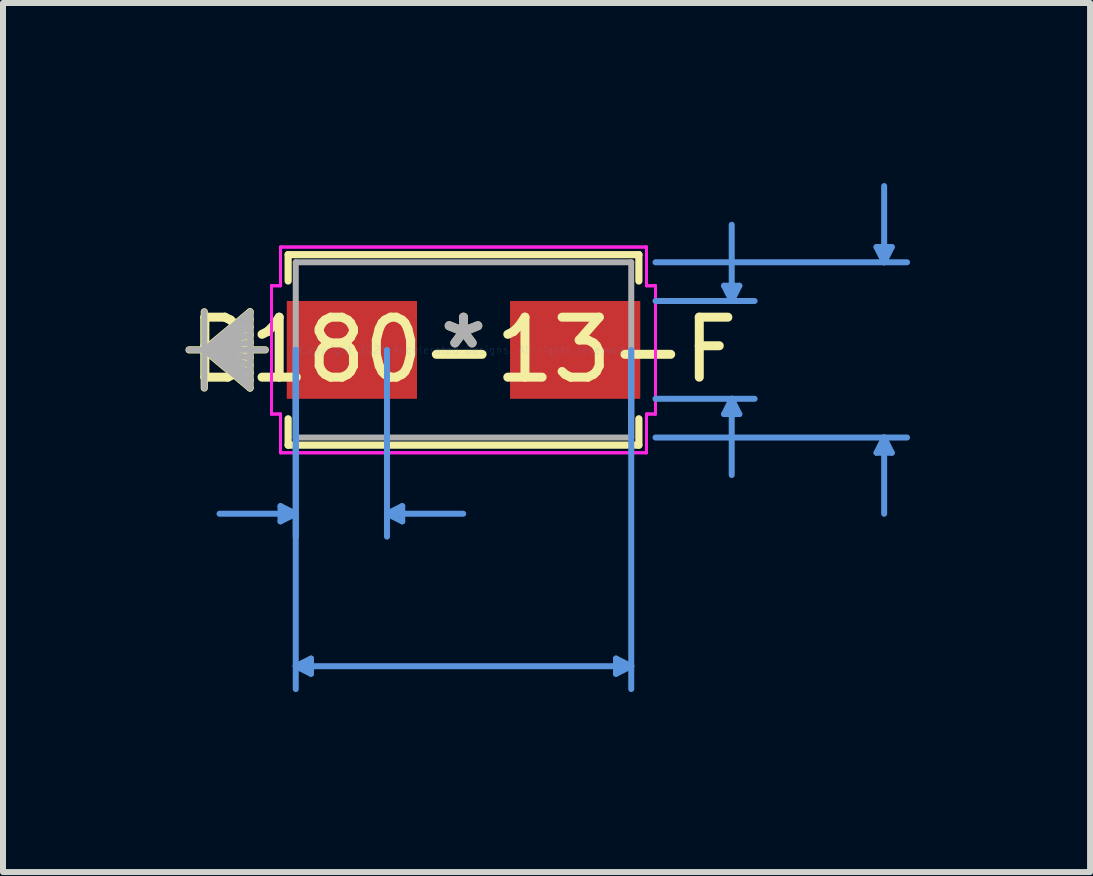
<source format=kicad_pcb>
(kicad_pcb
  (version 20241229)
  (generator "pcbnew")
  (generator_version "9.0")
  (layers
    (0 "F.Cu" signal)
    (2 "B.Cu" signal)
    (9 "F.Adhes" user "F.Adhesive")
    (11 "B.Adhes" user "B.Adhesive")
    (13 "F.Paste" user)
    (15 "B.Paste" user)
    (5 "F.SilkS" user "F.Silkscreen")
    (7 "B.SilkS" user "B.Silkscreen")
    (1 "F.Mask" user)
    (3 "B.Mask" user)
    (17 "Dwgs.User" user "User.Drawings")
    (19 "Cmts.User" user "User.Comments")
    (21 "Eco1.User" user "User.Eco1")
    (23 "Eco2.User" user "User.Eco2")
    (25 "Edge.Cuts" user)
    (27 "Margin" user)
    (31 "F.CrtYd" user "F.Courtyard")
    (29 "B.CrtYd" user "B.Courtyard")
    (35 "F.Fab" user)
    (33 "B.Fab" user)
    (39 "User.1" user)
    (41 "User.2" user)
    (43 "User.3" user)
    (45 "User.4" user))
  (footprint "B180-13-F"
    (layer "F.Cu")
    (at 4.673 2.78)
    (property "Reference" "B180-13-F" (at 0 0 0) (layer "F.SilkS") (effects (font (size 1 1) (thickness 0.15))))
    (attr through_hole)
    (fp_line (start -4.319 -0.635) (end -4.319 0.635) (stroke (width 0.12) (type solid)) (layer "F.SilkS"))
    (fp_line (start -4.319 0) (end -3.557 -0.635) (stroke (width 0.12) (type solid)) (layer "F.SilkS"))
    (fp_line (start -4.319 0) (end -3.557 -0.508) (stroke (width 0.12) (type solid)) (layer "F.SilkS"))
    (fp_line (start -4.319 0) (end -3.557 -0.381) (stroke (width 0.12) (type solid)) (layer "F.SilkS"))
    (fp_line (start -4.319 0) (end -3.557 -0.254) (stroke (width 0.12) (type solid)) (layer "F.SilkS"))
    (fp_line (start -4.319 0) (end -3.557 -0.127) (stroke (width 0.12) (type solid)) (layer "F.SilkS"))
    (fp_line (start -4.319 0) (end -3.557 0.127) (stroke (width 0.12) (type solid)) (layer "F.SilkS"))
    (fp_line (start -4.319 0) (end -3.557 0.254) (stroke (width 0.12) (type solid)) (layer "F.SilkS"))
    (fp_line (start -4.319 0) (end -3.557 0.381) (stroke (width 0.12) (type solid)) (layer "F.SilkS"))
    (fp_line (start -4.319 0) (end -3.557 0.508) (stroke (width 0.12) (type solid)) (layer "F.SilkS"))
    (fp_line (start -4.319 0) (end -3.557 0.635) (stroke (width 0.12) (type solid)) (layer "F.SilkS"))
    (fp_line (start -3.557 -0.635) (end -3.557 0.635) (stroke (width 0.12) (type solid)) (layer "F.SilkS"))
    (fp_line (start -3.303 0) (end -4.573 0) (stroke (width 0.12) (type solid)) (layer "F.SilkS"))
    (fp_line (start -2.922 -1.587) (end -2.922 -1.148) (stroke (width 0.12) (type solid)) (layer "F.SilkS"))
    (fp_line (start -2.922 1.148) (end -2.922 1.587) (stroke (width 0.12) (type solid)) (layer "F.SilkS"))
    (fp_line (start -2.922 1.587) (end 2.922 1.587) (stroke (width 0.12) (type solid)) (layer "F.SilkS"))
    (fp_line (start 2.922 -1.587) (end -2.922 -1.587) (stroke (width 0.12) (type solid)) (layer "F.SilkS"))
    (fp_line (start 2.922 -1.148) (end 2.922 -1.587) (stroke (width 0.12) (type solid)) (layer "F.SilkS"))
    (fp_line (start 2.922 1.587) (end 2.922 1.148) (stroke (width 0.12) (type solid)) (layer "F.SilkS"))
    (fp_line (start -3.049 2.603) (end -3.049 2.857) (stroke (width 0.1) (type solid)) (layer "Cmts.User"))
    (fp_line (start -2.795 0) (end -2.795 3.111) (stroke (width 0.1) (type solid)) (layer "Cmts.User"))
    (fp_line (start -2.795 0) (end -2.795 5.651) (stroke (width 0.1) (type solid)) (layer "Cmts.User"))
    (fp_line (start -2.795 2.73) (end -4.065 2.73) (stroke (width 0.1) (type solid)) (layer "Cmts.User"))
    (fp_line (start -2.795 2.73) (end -3.049 2.603) (stroke (width 0.1) (type solid)) (layer "Cmts.User"))
    (fp_line (start -2.795 2.73) (end -3.049 2.857) (stroke (width 0.1) (type solid)) (layer "Cmts.User"))
    (fp_line (start -2.795 5.27) (end -2.541 5.143) (stroke (width 0.1) (type solid)) (layer "Cmts.User"))
    (fp_line (start -2.795 5.27) (end -2.541 5.397) (stroke (width 0.1) (type solid)) (layer "Cmts.User"))
    (fp_line (start -2.795 5.27) (end 2.795 5.27) (stroke (width 0.1) (type solid)) (layer "Cmts.User"))
    (fp_line (start -2.541 5.143) (end -2.541 5.397) (stroke (width 0.1) (type solid)) (layer "Cmts.User"))
    (fp_line (start -1.275 0) (end -1.275 3.111) (stroke (width 0.1) (type solid)) (layer "Cmts.User"))
    (fp_line (start -1.275 2.73) (end -1.021 2.603) (stroke (width 0.1) (type solid)) (layer "Cmts.User"))
    (fp_line (start -1.275 2.73) (end -1.021 2.857) (stroke (width 0.1) (type solid)) (layer "Cmts.User"))
    (fp_line (start -1.275 2.73) (end -0.005 2.73) (stroke (width 0.1) (type solid)) (layer "Cmts.User"))
    (fp_line (start -1.021 2.603) (end -1.021 2.857) (stroke (width 0.1) (type solid)) (layer "Cmts.User"))
    (fp_line (start 2.541 5.143) (end 2.541 5.397) (stroke (width 0.1) (type solid)) (layer "Cmts.User"))
    (fp_line (start 2.795 0) (end 2.795 5.651) (stroke (width 0.1) (type solid)) (layer "Cmts.User"))
    (fp_line (start 2.795 5.27) (end 2.541 5.143) (stroke (width 0.1) (type solid)) (layer "Cmts.User"))
    (fp_line (start 2.795 5.27) (end 2.541 5.397) (stroke (width 0.1) (type solid)) (layer "Cmts.User"))
    (fp_line (start 3.199 -1.46) (end 7.39 -1.46) (stroke (width 0.1) (type solid)) (layer "Cmts.User"))
    (fp_line (start 3.199 -0.815) (end 4.85 -0.815) (stroke (width 0.1) (type solid)) (layer "Cmts.User"))
    (fp_line (start 3.199 0.815) (end 4.85 0.815) (stroke (width 0.1) (type solid)) (layer "Cmts.User"))
    (fp_line (start 3.199 1.46) (end 7.39 1.46) (stroke (width 0.1) (type solid)) (layer "Cmts.User"))
    (fp_line (start 4.342 -1.069) (end 4.596 -1.069) (stroke (width 0.1) (type solid)) (layer "Cmts.User"))
    (fp_line (start 4.342 1.069) (end 4.596 1.069) (stroke (width 0.1) (type solid)) (layer "Cmts.User"))
    (fp_line (start 4.469 -0.815) (end 4.342 -1.069) (stroke (width 0.1) (type solid)) (layer "Cmts.User"))
    (fp_line (start 4.469 -0.815) (end 4.469 -2.085) (stroke (width 0.1) (type solid)) (layer "Cmts.User"))
    (fp_line (start 4.469 -0.815) (end 4.596 -1.069) (stroke (width 0.1) (type solid)) (layer "Cmts.User"))
    (fp_line (start 4.469 0.815) (end 4.342 1.069) (stroke (width 0.1) (type solid)) (layer "Cmts.User"))
    (fp_line (start 4.469 0.815) (end 4.469 2.085) (stroke (width 0.1) (type solid)) (layer "Cmts.User"))
    (fp_line (start 4.469 0.815) (end 4.596 1.069) (stroke (width 0.1) (type solid)) (layer "Cmts.User"))
    (fp_line (start 6.882 -1.714) (end 7.136 -1.714) (stroke (width 0.1) (type solid)) (layer "Cmts.User"))
    (fp_line (start 6.882 1.714) (end 7.136 1.714) (stroke (width 0.1) (type solid)) (layer "Cmts.User"))
    (fp_line (start 7.009 -1.46) (end 6.882 -1.714) (stroke (width 0.1) (type solid)) (layer "Cmts.User"))
    (fp_line (start 7.009 -1.46) (end 7.009 -2.73) (stroke (width 0.1) (type solid)) (layer "Cmts.User"))
    (fp_line (start 7.009 -1.46) (end 7.136 -1.714) (stroke (width 0.1) (type solid)) (layer "Cmts.User"))
    (fp_line (start 7.009 1.46) (end 6.882 1.714) (stroke (width 0.1) (type solid)) (layer "Cmts.User"))
    (fp_line (start 7.009 1.46) (end 7.009 2.73) (stroke (width 0.1) (type solid)) (layer "Cmts.User"))
    (fp_line (start 7.009 1.46) (end 7.136 1.714) (stroke (width 0.1) (type solid)) (layer "Cmts.User"))
    (fp_line (start -3.199 -1.069) (end -3.049 -1.069) (stroke (width 0.05) (type solid)) (layer "F.CrtYd"))
    (fp_line (start -3.199 -1.069) (end -3.049 -1.069) (stroke (width 0.05) (type solid)) (layer "F.CrtYd"))
    (fp_line (start -3.199 1.069) (end -3.199 -1.069) (stroke (width 0.05) (type solid)) (layer "F.CrtYd"))
    (fp_line (start -3.199 1.069) (end -3.199 -1.069) (stroke (width 0.05) (type solid)) (layer "F.CrtYd"))
    (fp_line (start -3.049 -1.714) (end 3.049 -1.714) (stroke (width 0.05) (type solid)) (layer "F.CrtYd"))
    (fp_line (start -3.049 -1.714) (end 3.049 -1.714) (stroke (width 0.05) (type solid)) (layer "F.CrtYd"))
    (fp_line (start -3.049 -1.069) (end -3.049 -1.714) (stroke (width 0.05) (type solid)) (layer "F.CrtYd"))
    (fp_line (start -3.049 -1.069) (end -3.049 -1.714) (stroke (width 0.05) (type solid)) (layer "F.CrtYd"))
    (fp_line (start -3.049 1.069) (end -3.199 1.069) (stroke (width 0.05) (type solid)) (layer "F.CrtYd"))
    (fp_line (start -3.049 1.069) (end -3.199 1.069) (stroke (width 0.05) (type solid)) (layer "F.CrtYd"))
    (fp_line (start -3.049 1.714) (end -3.049 1.069) (stroke (width 0.05) (type solid)) (layer "F.CrtYd"))
    (fp_line (start -3.049 1.714) (end -3.049 1.069) (stroke (width 0.05) (type solid)) (layer "F.CrtYd"))
    (fp_line (start 3.049 -1.714) (end 3.049 -1.069) (stroke (width 0.05) (type solid)) (layer "F.CrtYd"))
    (fp_line (start 3.049 -1.714) (end 3.049 -1.069) (stroke (width 0.05) (type solid)) (layer "F.CrtYd"))
    (fp_line (start 3.049 -1.069) (end 3.199 -1.069) (stroke (width 0.05) (type solid)) (layer "F.CrtYd"))
    (fp_line (start 3.049 -1.069) (end 3.199 -1.069) (stroke (width 0.05) (type solid)) (layer "F.CrtYd"))
    (fp_line (start 3.049 1.069) (end 3.049 1.714) (stroke (width 0.05) (type solid)) (layer "F.CrtYd"))
    (fp_line (start 3.049 1.069) (end 3.049 1.714) (stroke (width 0.05) (type solid)) (layer "F.CrtYd"))
    (fp_line (start 3.049 1.714) (end -3.049 1.714) (stroke (width 0.05) (type solid)) (layer "F.CrtYd"))
    (fp_line (start 3.049 1.714) (end -3.049 1.714) (stroke (width 0.05) (type solid)) (layer "F.CrtYd"))
    (fp_line (start 3.199 -1.069) (end 3.199 1.069) (stroke (width 0.05) (type solid)) (layer "F.CrtYd"))
    (fp_line (start 3.199 -1.069) (end 3.199 1.069) (stroke (width 0.05) (type solid)) (layer "F.CrtYd"))
    (fp_line (start 3.199 1.069) (end 3.049 1.069) (stroke (width 0.05) (type solid)) (layer "F.CrtYd"))
    (fp_line (start 3.199 1.069) (end 3.049 1.069) (stroke (width 0.05) (type solid)) (layer "F.CrtYd"))
    (fp_line (start -4.319 -0.635) (end -4.319 0.635) (stroke (width 0.1) (type solid)) (layer "F.Fab"))
    (fp_line (start -4.319 0) (end -3.557 -0.635) (stroke (width 0.1) (type solid)) (layer "F.Fab"))
    (fp_line (start -4.319 0) (end -3.557 -0.508) (stroke (width 0.1) (type solid)) (layer "F.Fab"))
    (fp_line (start -4.319 0) (end -3.557 -0.381) (stroke (width 0.1) (type solid)) (layer "F.Fab"))
    (fp_line (start -4.319 0) (end -3.557 -0.254) (stroke (width 0.1) (type solid)) (layer "F.Fab"))
    (fp_line (start -4.319 0) (end -3.557 -0.127) (stroke (width 0.1) (type solid)) (layer "F.Fab"))
    (fp_line (start -4.319 0) (end -3.557 0.127) (stroke (width 0.1) (type solid)) (layer "F.Fab"))
    (fp_line (start -4.319 0) (end -3.557 0.254) (stroke (width 0.1) (type solid)) (layer "F.Fab"))
    (fp_line (start -4.319 0) (end -3.557 0.381) (stroke (width 0.1) (type solid)) (layer "F.Fab"))
    (fp_line (start -4.319 0) (end -3.557 0.508) (stroke (width 0.1) (type solid)) (layer "F.Fab"))
    (fp_line (start -4.319 0) (end -3.557 0.635) (stroke (width 0.1) (type solid)) (layer "F.Fab"))
    (fp_line (start -3.557 -0.635) (end -3.557 0.635) (stroke (width 0.1) (type solid)) (layer "F.Fab"))
    (fp_line (start -3.303 0) (end -4.573 0) (stroke (width 0.1) (type solid)) (layer "F.Fab"))
    (fp_line (start -2.795 -1.46) (end -2.795 1.46) (stroke (width 0.1) (type solid)) (layer "F.Fab"))
    (fp_line (start -2.795 1.46) (end 2.795 1.46) (stroke (width 0.1) (type solid)) (layer "F.Fab"))
    (fp_line (start 2.795 -1.46) (end -2.795 -1.46) (stroke (width 0.1) (type solid)) (layer "F.Fab"))
    (fp_line (start 2.795 1.46) (end 2.795 -1.46) (stroke (width 0.1) (type solid)) (layer "F.Fab"))
    (fp_text user "*" (at 0 0 0) (layer "F.SilkS") (effects (font (size 1 1) (thickness 0.15))))
    (fp_text user "Copyright 2021 Accelerated Designs. All rights reserved." (at 0 0 0) (layer "Cmts.User") (effects (font (size 0.127 0.127) (thickness 0.002))))
    (fp_text user "*" (at 0 0 0) (layer "F.Fab") (effects (font (size 1 1) (thickness 0.15))))
    (pad "1" smd rect (at -1.86 0 90) (size 1.63 2.17) (layers "F.Cu" "F.Mask" "F.Paste"))
    (pad "2" smd rect (at 1.86 0 90) (size 1.63 2.17) (layers "F.Cu" "F.Mask" "F.Paste")))
  (gr_rect
    (start -3 -3)
    (end 15.113 11.481)
    (stroke (width 0.1) (type default))
    (fill no)
    (layer "Edge.Cuts")))
</source>
